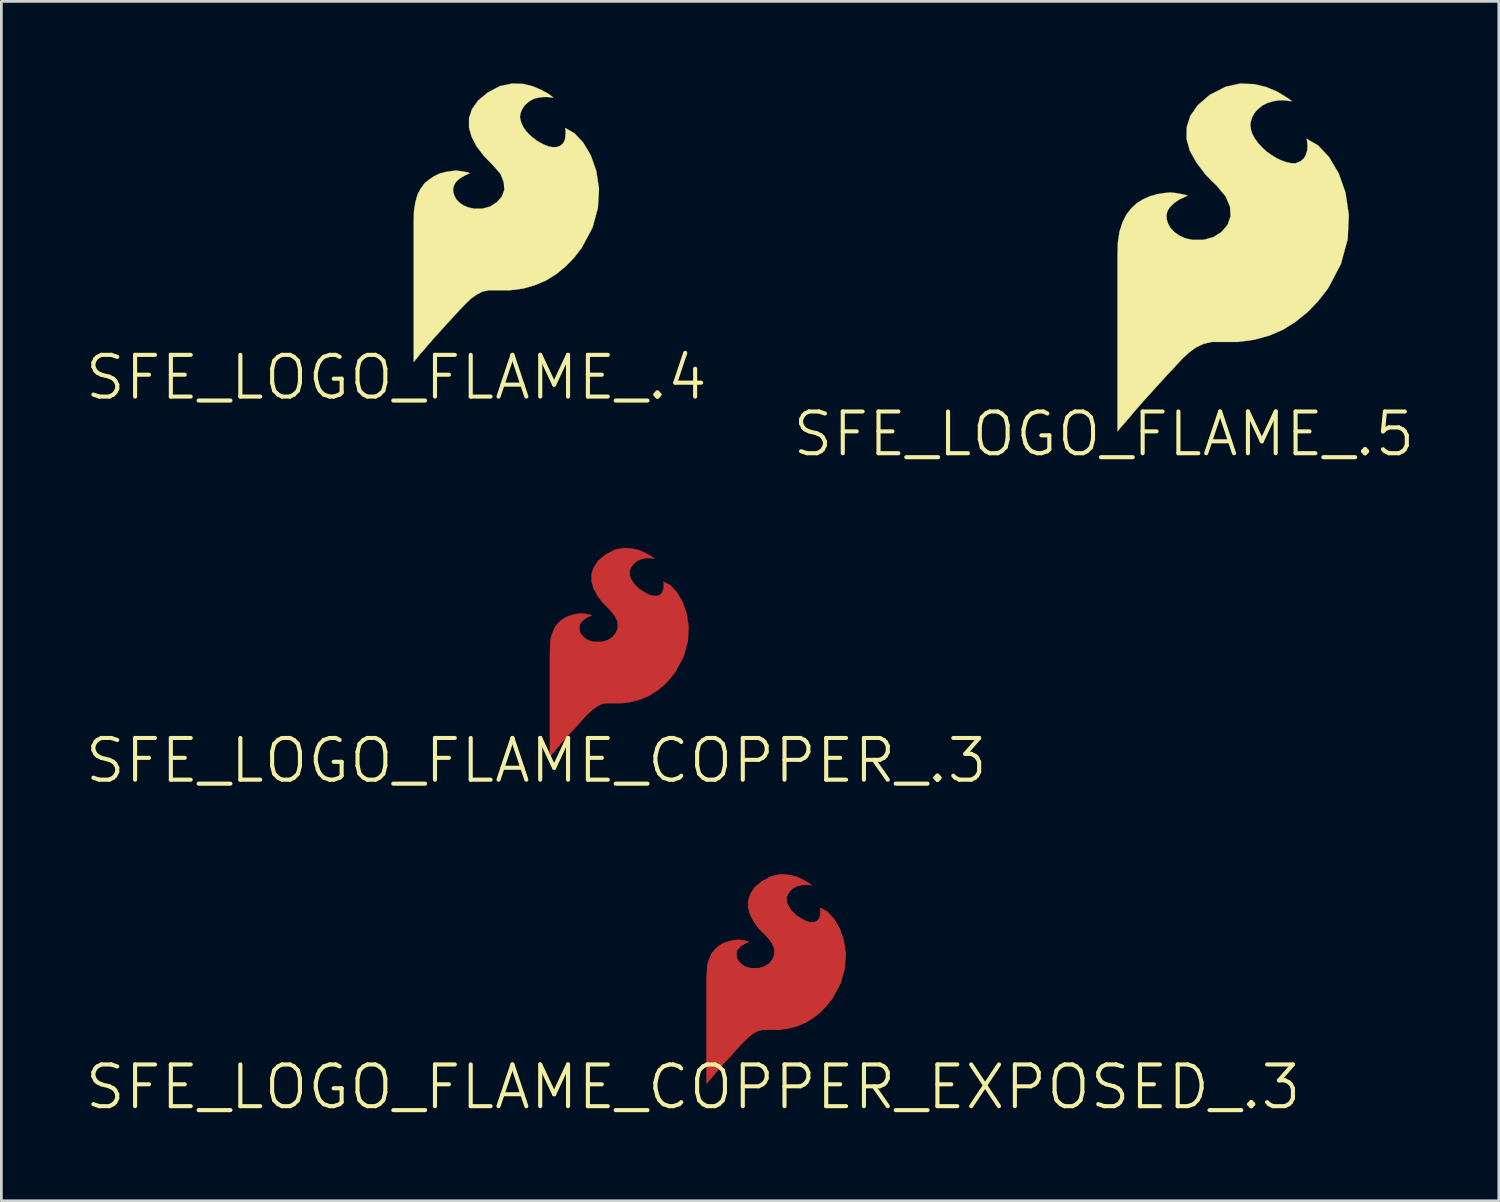
<source format=kicad_pcb>
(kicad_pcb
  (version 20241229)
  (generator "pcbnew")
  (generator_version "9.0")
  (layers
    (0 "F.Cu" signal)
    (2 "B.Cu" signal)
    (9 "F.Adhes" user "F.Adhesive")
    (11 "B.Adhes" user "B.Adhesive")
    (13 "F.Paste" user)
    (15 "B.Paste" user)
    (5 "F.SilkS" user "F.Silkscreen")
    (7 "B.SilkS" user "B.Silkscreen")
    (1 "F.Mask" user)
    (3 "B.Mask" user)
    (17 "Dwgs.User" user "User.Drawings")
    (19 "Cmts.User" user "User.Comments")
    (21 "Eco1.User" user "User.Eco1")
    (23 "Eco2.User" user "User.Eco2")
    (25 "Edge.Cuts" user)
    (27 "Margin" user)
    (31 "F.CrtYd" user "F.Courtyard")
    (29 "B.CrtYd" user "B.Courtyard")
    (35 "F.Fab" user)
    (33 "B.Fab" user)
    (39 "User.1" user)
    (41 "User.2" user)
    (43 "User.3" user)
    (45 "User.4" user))
  (footprint "SFE_LOGO_FLAME_COPPER_EXPOSED_.3"
    (layer "F.Cu")
    (at 22.279 36.674)
    (property "Reference" "SFE_LOGO_FLAME_COPPER_EXPOSED_.3" (at 0 0 0) (layer "F.SilkS") (effects (font (size 1.524 1.524) (thickness 0.15))))
    (attr exclude_from_pos_files exclude_from_bom)
    (fp_poly (pts (xy 4.648 -6.538) (xy 4.648 -6.518) (xy 4.658 -6.469) (xy 4.658 -6.309) (xy 4.628 -6.218) (xy 4.59 -6.129) (xy 4.519 -6.058) (xy 4.409 -6.02) (xy 4.308 -6.02) (xy 4.199 -6.038) (xy 4.089 -6.078) (xy 3.978 -6.139) (xy 3.759 -6.279) (xy 3.579 -6.459) (xy 3.508 -6.568) (xy 3.449 -6.668) (xy 3.419 -6.759) (xy 3.409 -6.858) (xy 3.419 -6.939) (xy 3.449 -7.028) (xy 3.498 -7.109) (xy 3.559 -7.188) (xy 3.668 -7.28) (xy 3.8 -7.348) (xy 3.919 -7.379) (xy 4.049 -7.399) (xy 4.148 -7.399) (xy 4.239 -7.389) (xy 4.298 -7.379) (xy 4.318 -7.379) (xy 4.28 -7.409) (xy 4.168 -7.488) (xy 3.988 -7.59) (xy 3.769 -7.689) (xy 3.49 -7.75) (xy 3.188 -7.77) (xy 2.857 -7.699) (xy 2.52 -7.518) (xy 2.258 -7.3) (xy 2.098 -7.059) (xy 2.019 -6.82) (xy 2.019 -6.558) (xy 2.088 -6.299) (xy 2.228 -6.038) (xy 2.418 -5.779) (xy 2.68 -5.519) (xy 2.868 -5.288) (xy 2.969 -5.07) (xy 2.979 -4.859) (xy 2.908 -4.669) (xy 2.779 -4.508) (xy 2.598 -4.399) (xy 2.38 -4.338) (xy 2.139 -4.338) (xy 1.979 -4.369) (xy 1.849 -4.43) (xy 1.74 -4.508) (xy 1.659 -4.6) (xy 1.598 -4.699) (xy 1.58 -4.798) (xy 1.58 -4.9) (xy 1.598 -4.989) (xy 1.648 -5.06) (xy 1.709 -5.118) (xy 1.778 -5.179) (xy 1.918 -5.258) (xy 1.979 -5.278) (xy 2.009 -5.298) (xy 2.029 -5.309) (xy 2.009 -5.319) (xy 1.958 -5.329) (xy 1.89 -5.349) (xy 1.778 -5.37) (xy 1.659 -5.38) (xy 1.519 -5.37) (xy 1.369 -5.339) (xy 1.199 -5.288) (xy 1.059 -5.23) (xy 0.919 -5.138) (xy 0.798 -5.029) (xy 0.688 -4.889) (xy 0.61 -4.719) (xy 0.538 -4.519) (xy 0.508 -4.27) (xy 0.498 -3.978) (xy 0.498 -0.14) (xy 0.518 -0.157) (xy 0.569 -0.229) (xy 0.658 -0.328) (xy 0.77 -0.46) (xy 0.899 -0.62) (xy 1.049 -0.79) (xy 1.219 -0.978) (xy 1.4 -1.168) (xy 1.587 -1.379) (xy 1.758 -1.57) (xy 1.918 -1.73) (xy 2.068 -1.869) (xy 2.22 -1.979) (xy 2.38 -2.06) (xy 2.558 -2.098) (xy 3.139 -2.098) (xy 3.49 -2.149) (xy 3.818 -2.238) (xy 4.128 -2.37) (xy 4.409 -2.548) (xy 4.658 -2.748) (xy 4.889 -2.99) (xy 5.098 -3.259) (xy 5.39 -3.81) (xy 5.54 -4.359) (xy 5.568 -4.879) (xy 5.499 -5.37) (xy 5.349 -5.799) (xy 5.138 -6.149) (xy 4.9 -6.408) (xy 4.638 -6.548)) (stroke (width 0.01) (type solid)) (fill yes) (layer "F.Cu"))
    (fp_poly (pts (xy 4.648 -6.538) (xy 4.648 -6.518) (xy 4.658 -6.469) (xy 4.658 -6.309) (xy 4.628 -6.218) (xy 4.59 -6.129) (xy 4.519 -6.058) (xy 4.409 -6.02) (xy 4.308 -6.02) (xy 4.199 -6.038) (xy 4.089 -6.078) (xy 3.978 -6.139) (xy 3.868 -6.208) (xy 3.759 -6.279) (xy 3.668 -6.368) (xy 3.579 -6.459) (xy 3.508 -6.568) (xy 3.449 -6.668) (xy 3.419 -6.759) (xy 3.409 -6.858) (xy 3.419 -6.939) (xy 3.449 -7.028) (xy 3.498 -7.109) (xy 3.559 -7.188) (xy 3.668 -7.28) (xy 3.8 -7.348) (xy 3.919 -7.379) (xy 4.049 -7.399) (xy 4.148 -7.399) (xy 4.239 -7.389) (xy 4.298 -7.379) (xy 4.318 -7.379) (xy 4.28 -7.409) (xy 4.168 -7.488) (xy 3.988 -7.59) (xy 3.769 -7.689) (xy 3.49 -7.75) (xy 3.188 -7.77) (xy 2.857 -7.699) (xy 2.52 -7.518) (xy 2.258 -7.3) (xy 2.098 -7.059) (xy 2.019 -6.82) (xy 2.019 -6.558) (xy 2.088 -6.299) (xy 2.228 -6.038) (xy 2.418 -5.779) (xy 2.68 -5.519) (xy 2.868 -5.288) (xy 2.969 -5.07) (xy 2.979 -4.859) (xy 2.908 -4.669) (xy 2.779 -4.508) (xy 2.598 -4.399) (xy 2.38 -4.338) (xy 2.139 -4.338) (xy 1.979 -4.369) (xy 1.849 -4.43) (xy 1.74 -4.508) (xy 1.659 -4.6) (xy 1.598 -4.699) (xy 1.58 -4.798) (xy 1.58 -4.9) (xy 1.598 -4.989) (xy 1.648 -5.06) (xy 1.709 -5.118) (xy 1.778 -5.179) (xy 1.849 -5.22) (xy 1.918 -5.258) (xy 1.979 -5.278) (xy 2.009 -5.298) (xy 2.029 -5.309) (xy 2.009 -5.319) (xy 1.958 -5.329) (xy 1.89 -5.349) (xy 1.778 -5.37) (xy 1.659 -5.38) (xy 1.519 -5.37) (xy 1.369 -5.339) (xy 1.199 -5.288) (xy 1.059 -5.23) (xy 0.919 -5.138) (xy 0.798 -5.029) (xy 0.688 -4.889) (xy 0.61 -4.719) (xy 0.538 -4.519) (xy 0.508 -4.27) (xy 0.498 -3.978) (xy 0.498 -0.14) (xy 0.518 -0.157) (xy 0.569 -0.229) (xy 0.658 -0.328) (xy 0.77 -0.46) (xy 0.899 -0.62) (xy 1.049 -0.79) (xy 1.219 -0.978) (xy 1.4 -1.168) (xy 1.587 -1.379) (xy 1.758 -1.57) (xy 1.918 -1.73) (xy 2.068 -1.869) (xy 2.22 -1.979) (xy 2.38 -2.06) (xy 2.558 -2.098) (xy 3.139 -2.098) (xy 3.49 -2.149) (xy 3.818 -2.238) (xy 4.128 -2.37) (xy 4.409 -2.548) (xy 4.658 -2.748) (xy 4.889 -2.99) (xy 5.098 -3.259) (xy 5.39 -3.81) (xy 5.54 -4.359) (xy 5.568 -4.879) (xy 5.499 -5.37) (xy 5.349 -5.799) (xy 5.138 -6.149) (xy 4.9 -6.408) (xy 4.638 -6.548)) (stroke (width 0.01) (type solid)) (fill yes) (layer "F.Cu")))
  (footprint "SFE_LOGO_FLAME_.4"
    (layer "F.Cu")
    (at 11.43 10.744)
    (property "Reference" "SFE_LOGO_FLAME_.4" (at 0 0 0) (layer "F.SilkS") (effects (font (size 1.524 1.524) (thickness 0.15))))
    (attr exclude_from_pos_files exclude_from_bom)
    (fp_poly (pts (xy 6.17 -9.108) (xy 6.18 -9.088) (xy 6.19 -9.02) (xy 6.19 -8.918) (xy 6.18 -8.799) (xy 6.16 -8.679) (xy 6.099 -8.56) (xy 5.999 -8.468) (xy 5.85 -8.418) (xy 5.718 -8.418) (xy 5.578 -8.438) (xy 5.428 -8.499) (xy 5.278 -8.57) (xy 5.128 -8.659) (xy 4.989 -8.768) (xy 4.859 -8.88) (xy 4.75 -8.999) (xy 4.648 -9.139) (xy 4.58 -9.279) (xy 4.539 -9.408) (xy 4.519 -9.528) (xy 4.539 -9.649) (xy 4.58 -9.759) (xy 4.638 -9.868) (xy 4.719 -9.97) (xy 4.869 -10.099) (xy 5.039 -10.188) (xy 5.21 -10.229) (xy 5.37 -10.249) (xy 5.519 -10.249) (xy 5.629 -10.239) (xy 5.71 -10.229) (xy 5.738 -10.229) (xy 5.69 -10.269) (xy 5.54 -10.378) (xy 5.298 -10.508) (xy 4.999 -10.638) (xy 4.638 -10.729) (xy 4.229 -10.739) (xy 3.79 -10.648) (xy 3.338 -10.409) (xy 2.99 -10.119) (xy 2.769 -9.809) (xy 2.659 -9.479) (xy 2.659 -9.129) (xy 2.758 -8.788) (xy 2.939 -8.438) (xy 3.208 -8.09) (xy 3.538 -7.75) (xy 3.81 -7.44) (xy 3.929 -7.14) (xy 3.95 -6.858) (xy 3.858 -6.609) (xy 3.678 -6.408) (xy 3.439 -6.248) (xy 3.15 -6.17) (xy 2.83 -6.17) (xy 2.619 -6.218) (xy 2.438 -6.299) (xy 2.299 -6.398) (xy 2.189 -6.518) (xy 2.118 -6.66) (xy 2.078 -6.789) (xy 2.078 -6.919) (xy 2.118 -7.038) (xy 2.179 -7.14) (xy 2.258 -7.219) (xy 2.349 -7.29) (xy 2.449 -7.348) (xy 2.54 -7.399) (xy 2.609 -7.429) (xy 2.659 -7.45) (xy 2.68 -7.468) (xy 2.659 -7.478) (xy 2.588 -7.498) (xy 2.489 -7.518) (xy 2.36 -7.539) (xy 2.189 -7.559) (xy 1.999 -7.539) (xy 1.798 -7.508) (xy 1.58 -7.45) (xy 1.389 -7.358) (xy 1.209 -7.239) (xy 1.039 -7.099) (xy 0.899 -6.909) (xy 0.78 -6.688) (xy 0.699 -6.408) (xy 0.648 -6.078) (xy 0.638 -5.7) (xy 0.638 -0.569) (xy 0.668 -0.599) (xy 0.739 -0.688) (xy 0.848 -0.828) (xy 0.998 -0.998) (xy 1.179 -1.209) (xy 1.379 -1.438) (xy 1.608 -1.689) (xy 1.839 -1.948) (xy 2.098 -2.228) (xy 2.329 -2.479) (xy 2.54 -2.697) (xy 2.738 -2.888) (xy 2.939 -3.028) (xy 3.15 -3.139) (xy 3.388 -3.188) (xy 4.158 -3.188) (xy 4.638 -3.249) (xy 5.08 -3.378) (xy 5.479 -3.548) (xy 5.85 -3.78) (xy 6.19 -4.059) (xy 6.5 -4.379) (xy 6.779 -4.74) (xy 7.168 -5.469) (xy 7.369 -6.198) (xy 7.409 -6.899) (xy 7.308 -7.549) (xy 7.109 -8.118) (xy 6.828 -8.588) (xy 6.507 -8.928) (xy 6.17 -9.119)) (stroke (width 0.01) (type solid)) (fill yes) (layer "F.SilkS")))
  (footprint "SFE_LOGO_FLAME_COPPER_.3"
    (layer "F.Cu")
    (at 16.546 24.744)
    (property "Reference" "SFE_LOGO_FLAME_COPPER_.3" (at 0 0 0) (layer "F.SilkS") (effects (font (size 1.524 1.524) (thickness 0.15))))
    (attr exclude_from_pos_files exclude_from_bom)
    (fp_poly (pts (xy 4.648 -6.538) (xy 4.648 -6.518) (xy 4.658 -6.469) (xy 4.658 -6.309) (xy 4.628 -6.218) (xy 4.59 -6.129) (xy 4.519 -6.058) (xy 4.409 -6.02) (xy 4.308 -6.02) (xy 4.199 -6.038) (xy 4.089 -6.078) (xy 3.978 -6.139) (xy 3.868 -6.208) (xy 3.759 -6.279) (xy 3.668 -6.368) (xy 3.579 -6.459) (xy 3.508 -6.568) (xy 3.449 -6.668) (xy 3.419 -6.759) (xy 3.409 -6.858) (xy 3.419 -6.939) (xy 3.449 -7.028) (xy 3.498 -7.109) (xy 3.559 -7.188) (xy 3.668 -7.28) (xy 3.8 -7.348) (xy 3.919 -7.379) (xy 4.049 -7.399) (xy 4.148 -7.399) (xy 4.239 -7.389) (xy 4.298 -7.379) (xy 4.318 -7.379) (xy 4.28 -7.409) (xy 4.168 -7.488) (xy 3.988 -7.59) (xy 3.769 -7.689) (xy 3.49 -7.75) (xy 3.188 -7.77) (xy 2.857 -7.699) (xy 2.52 -7.518) (xy 2.258 -7.3) (xy 2.098 -7.059) (xy 2.019 -6.82) (xy 2.019 -6.558) (xy 2.088 -6.299) (xy 2.228 -6.038) (xy 2.418 -5.779) (xy 2.68 -5.519) (xy 2.868 -5.288) (xy 2.969 -5.07) (xy 2.979 -4.859) (xy 2.908 -4.669) (xy 2.779 -4.508) (xy 2.598 -4.399) (xy 2.38 -4.338) (xy 2.139 -4.338) (xy 1.979 -4.369) (xy 1.849 -4.43) (xy 1.74 -4.508) (xy 1.659 -4.6) (xy 1.598 -4.699) (xy 1.58 -4.798) (xy 1.58 -4.9) (xy 1.598 -4.989) (xy 1.648 -5.06) (xy 1.709 -5.118) (xy 1.778 -5.179) (xy 1.849 -5.22) (xy 1.918 -5.258) (xy 1.979 -5.278) (xy 2.009 -5.298) (xy 2.029 -5.309) (xy 2.009 -5.319) (xy 1.958 -5.329) (xy 1.89 -5.349) (xy 1.778 -5.37) (xy 1.659 -5.38) (xy 1.519 -5.37) (xy 1.369 -5.339) (xy 1.199 -5.288) (xy 1.059 -5.23) (xy 0.919 -5.138) (xy 0.798 -5.029) (xy 0.688 -4.889) (xy 0.61 -4.719) (xy 0.538 -4.519) (xy 0.508 -4.27) (xy 0.498 -3.978) (xy 0.498 -0.14) (xy 0.518 -0.157) (xy 0.569 -0.229) (xy 0.658 -0.328) (xy 0.77 -0.46) (xy 0.899 -0.62) (xy 1.049 -0.79) (xy 1.219 -0.978) (xy 1.4 -1.168) (xy 1.587 -1.379) (xy 1.758 -1.57) (xy 1.918 -1.73) (xy 2.068 -1.869) (xy 2.22 -1.979) (xy 2.38 -2.06) (xy 2.558 -2.098) (xy 3.139 -2.098) (xy 3.49 -2.149) (xy 3.818 -2.238) (xy 4.128 -2.37) (xy 4.409 -2.548) (xy 4.658 -2.748) (xy 4.889 -2.99) (xy 5.098 -3.259) (xy 5.39 -3.81) (xy 5.54 -4.359) (xy 5.568 -4.879) (xy 5.499 -5.37) (xy 5.349 -5.799) (xy 5.138 -6.149) (xy 4.9 -6.408) (xy 4.638 -6.548)) (stroke (width 0.01) (type solid)) (fill yes) (layer "F.Cu")))
  (footprint "SFE_LOGO_FLAME_.5"
    (layer "F.Cu")
    (at 37.29 12.814)
    (property "Reference" "SFE_LOGO_FLAME_.5" (at 0 0 0) (layer "F.SilkS") (effects (font (size 1.524 1.524) (thickness 0.15))))
    (attr exclude_from_pos_files exclude_from_bom)
    (fp_poly (pts (xy 7.409 -10.77) (xy 7.419 -10.739) (xy 7.429 -10.648) (xy 7.44 -10.528) (xy 7.429 -10.378) (xy 7.389 -10.229) (xy 7.318 -10.089) (xy 7.188 -9.97) (xy 7.008 -9.898) (xy 6.848 -9.898) (xy 6.668 -9.939) (xy 6.49 -10) (xy 6.299 -10.089) (xy 6.109 -10.208) (xy 5.928 -10.338) (xy 5.779 -10.477) (xy 5.639 -10.63) (xy 5.509 -10.808) (xy 5.418 -10.978) (xy 5.37 -11.138) (xy 5.349 -11.298) (xy 5.37 -11.438) (xy 5.418 -11.58) (xy 5.489 -11.72) (xy 5.598 -11.849) (xy 5.789 -12.009) (xy 5.989 -12.108) (xy 6.208 -12.169) (xy 6.408 -12.2) (xy 6.589 -12.2) (xy 6.739 -12.179) (xy 6.828 -12.169) (xy 6.868 -12.169) (xy 6.8 -12.22) (xy 6.609 -12.349) (xy 6.32 -12.52) (xy 5.939 -12.68) (xy 5.489 -12.789) (xy 4.978 -12.809) (xy 4.44 -12.69) (xy 3.868 -12.398) (xy 3.439 -12.029) (xy 3.16 -11.638) (xy 3.028 -11.229) (xy 3.018 -10.798) (xy 3.139 -10.358) (xy 3.378 -9.929) (xy 3.708 -9.489) (xy 4.128 -9.068) (xy 4.448 -8.689) (xy 4.608 -8.308) (xy 4.628 -7.958) (xy 4.519 -7.648) (xy 4.298 -7.389) (xy 3.998 -7.198) (xy 3.64 -7.099) (xy 3.228 -7.099) (xy 2.969 -7.158) (xy 2.748 -7.259) (xy 2.568 -7.389) (xy 2.428 -7.539) (xy 2.339 -7.699) (xy 2.289 -7.869) (xy 2.289 -8.039) (xy 2.339 -8.189) (xy 2.418 -8.298) (xy 2.52 -8.41) (xy 2.629 -8.489) (xy 2.748 -8.57) (xy 2.868 -8.628) (xy 2.959 -8.669) (xy 3.018 -8.7) (xy 3.048 -8.71) (xy 3.018 -8.73) (xy 2.939 -8.748) (xy 2.809 -8.778) (xy 2.639 -8.809) (xy 2.428 -8.829) (xy 2.2 -8.809) (xy 1.948 -8.768) (xy 1.669 -8.689) (xy 1.427 -8.578) (xy 1.199 -8.438) (xy 0.998 -8.25) (xy 0.818 -8.019) (xy 0.678 -7.739) (xy 0.569 -7.399) (xy 0.508 -6.988) (xy 0.498 -6.507) (xy 0.498 -0.099) (xy 0.528 -0.14) (xy 0.62 -0.249) (xy 0.759 -0.409) (xy 0.95 -0.63) (xy 1.168 -0.889) (xy 1.42 -1.179) (xy 1.699 -1.488) (xy 1.999 -1.819) (xy 2.319 -2.169) (xy 2.609 -2.479) (xy 2.868 -2.758) (xy 3.119 -2.99) (xy 3.368 -3.17) (xy 3.64 -3.299) (xy 3.929 -3.368) (xy 4.9 -3.368) (xy 5.489 -3.449) (xy 6.038 -3.599) (xy 6.548 -3.818) (xy 7.008 -4.11) (xy 7.44 -4.458) (xy 7.818 -4.849) (xy 8.169 -5.298) (xy 8.24 -5.418) (xy 8.659 -6.218) (xy 8.908 -7.13) (xy 8.948 -8.009) (xy 8.829 -8.819) (xy 8.578 -9.528) (xy 8.23 -10.119) (xy 7.828 -10.549) (xy 7.409 -10.79)) (stroke (width 0.01) (type solid)) (fill yes) (layer "F.SilkS")))
  (gr_rect
    (start -3 -3)
    (end 51.72 40.828)
    (stroke (width 0.1) (type default))
    (fill no)
    (layer "Edge.Cuts")))
</source>
